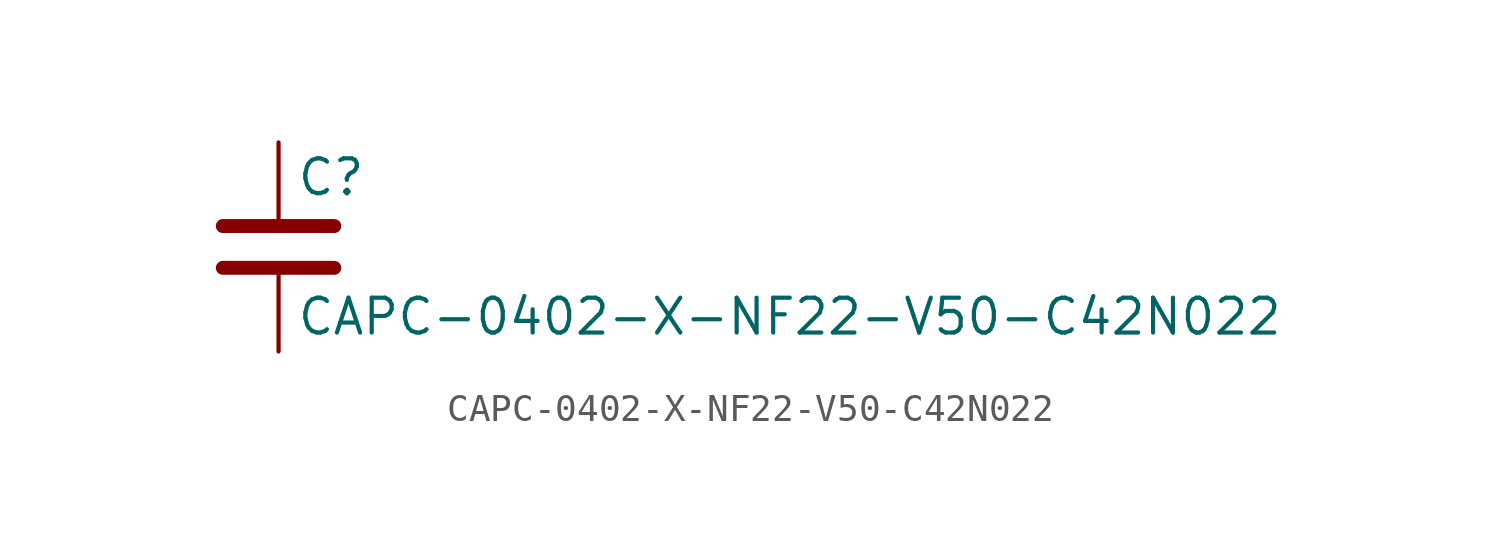
<source format=kicad_sym>
(kicad_symbol_lib
  (version 20211014)
  (generator kicad_symbol_editor)
  (symbol "CAPC-0402-X-NF22-V50-C42N022"
    (pin_numbers hide)
    (pin_names
      (offset 0.254))
    (property "Reference" "C"
      (at 0.635 2.54 0)
      (effects (font (size 1.27 1.27)) (justify left)))
    (property "Value" "CAPC-0402-X-NF22-V50-C42N022"
      (at 0.635 -2.54 0)
      (effects (font (size 1.27 1.27)) (justify left)))
    (symbol "CAPC-0402-X-NF22-V50-C42N022_0_1"
      (polyline (pts (xy -2.032 -0.762) (xy 2.032 -0.762)) (stroke (width 0.508) (type default) (color 0 0 0 0)) (fill (type none)))
      (polyline (pts (xy -2.032 0.762) (xy 2.032 0.762)) (stroke (width 0.508) (type default) (color 0 0 0 0)) (fill (type none))))
    (symbol "CAPC-0402-X-NF22-V50-C42N022_1_1"
      (pin passive line (at 0 3.81 270) (length 2.794) (name "~" (effects (font (size 1.27 1.27)))) (number "1" (effects (font (size 1.27 1.27)))))
      (pin passive line (at 0 -3.81 90) (length 2.794) (name "~" (effects (font (size 1.27 1.27)))) (number "2" (effects (font (size 1.27 1.27))))))))
</source>
